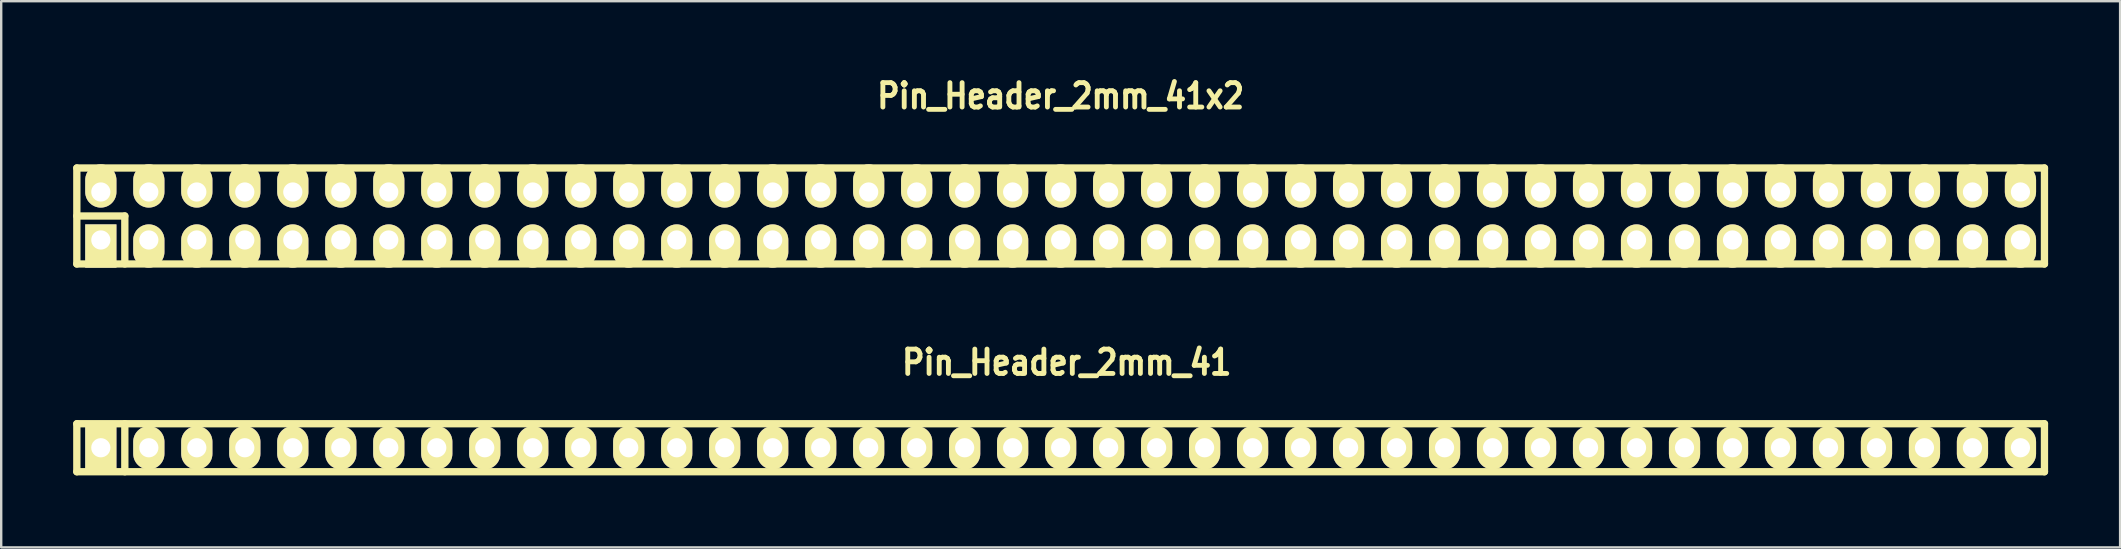
<source format=kicad_pcb>
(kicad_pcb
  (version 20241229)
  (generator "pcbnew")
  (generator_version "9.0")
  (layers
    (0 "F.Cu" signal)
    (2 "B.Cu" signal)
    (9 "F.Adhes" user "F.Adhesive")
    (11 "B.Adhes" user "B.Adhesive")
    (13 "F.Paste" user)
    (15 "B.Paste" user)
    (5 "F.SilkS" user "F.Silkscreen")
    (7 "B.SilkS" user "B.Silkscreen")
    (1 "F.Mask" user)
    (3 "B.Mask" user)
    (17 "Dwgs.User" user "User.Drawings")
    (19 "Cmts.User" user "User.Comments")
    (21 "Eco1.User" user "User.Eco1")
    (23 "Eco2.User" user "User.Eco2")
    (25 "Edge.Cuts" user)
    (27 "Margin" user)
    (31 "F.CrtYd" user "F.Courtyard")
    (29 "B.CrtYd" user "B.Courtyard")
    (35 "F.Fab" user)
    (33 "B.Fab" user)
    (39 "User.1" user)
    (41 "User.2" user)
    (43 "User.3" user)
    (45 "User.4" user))
  (footprint "Pin_Header_2mm_41"
    (layer "F.Cu")
    (at 41.152 15.61)
    (property "Reference" "Pin_Header_2mm_41" (at 0.254 -3.556 0) (layer "F.SilkS") (effects (font (size 1.016 0.889) (thickness 0.203))))
    (attr through_hole)
    (fp_line (start -41 -1) (end 41 -1) (stroke (width 0.305) (type solid)) (layer "F.SilkS"))
    (fp_line (start -41 1) (end -41 -1) (stroke (width 0.305) (type solid)) (layer "F.SilkS"))
    (fp_line (start -39 -1) (end -39 1) (stroke (width 0.305) (type solid)) (layer "F.SilkS"))
    (fp_line (start 41 -1) (end 41 1) (stroke (width 0.305) (type solid)) (layer "F.SilkS"))
    (fp_line (start 41 1) (end -41 1) (stroke (width 0.305) (type solid)) (layer "F.SilkS"))
    (pad "1" thru_hole rect (at -40 0) (size 1.3 1.8) (drill 0.8) (layers "*.Cu" "*.Mask" "F.SilkS"))
    (pad "2" thru_hole oval (at -38 0) (size 1.3 1.8) (drill 0.8) (layers "*.Cu" "*.Mask" "F.SilkS"))
    (pad "3" thru_hole oval (at -36 0) (size 1.3 1.8) (drill 0.8) (layers "*.Cu" "*.Mask" "F.SilkS"))
    (pad "4" thru_hole oval (at -34 0) (size 1.3 1.8) (drill 0.8) (layers "*.Cu" "*.Mask" "F.SilkS"))
    (pad "5" thru_hole oval (at -32 0) (size 1.3 1.8) (drill 0.8) (layers "*.Cu" "*.Mask" "F.SilkS"))
    (pad "6" thru_hole oval (at -30 0) (size 1.3 1.8) (drill 0.8) (layers "*.Cu" "*.Mask" "F.SilkS"))
    (pad "7" thru_hole oval (at -28 0) (size 1.3 1.8) (drill 0.8) (layers "*.Cu" "*.Mask" "F.SilkS"))
    (pad "8" thru_hole oval (at -26 0) (size 1.3 1.8) (drill 0.8) (layers "*.Cu" "*.Mask" "F.SilkS"))
    (pad "9" thru_hole oval (at -24 0) (size 1.3 1.8) (drill 0.8) (layers "*.Cu" "*.Mask" "F.SilkS"))
    (pad "10" thru_hole oval (at -22 0) (size 1.3 1.8) (drill 0.8) (layers "*.Cu" "*.Mask" "F.SilkS"))
    (pad "11" thru_hole oval (at -20 0) (size 1.3 1.8) (drill 0.8) (layers "*.Cu" "*.Mask" "F.SilkS"))
    (pad "12" thru_hole oval (at -18 0) (size 1.3 1.8) (drill 0.8) (layers "*.Cu" "*.Mask" "F.SilkS"))
    (pad "13" thru_hole oval (at -16 0) (size 1.3 1.8) (drill 0.8) (layers "*.Cu" "*.Mask" "F.SilkS"))
    (pad "14" thru_hole oval (at -14 0) (size 1.3 1.8) (drill 0.8) (layers "*.Cu" "*.Mask" "F.SilkS"))
    (pad "15" thru_hole oval (at -12 0) (size 1.3 1.8) (drill 0.8) (layers "*.Cu" "*.Mask" "F.SilkS"))
    (pad "16" thru_hole oval (at -10 0) (size 1.3 1.8) (drill 0.8) (layers "*.Cu" "*.Mask" "F.SilkS"))
    (pad "17" thru_hole oval (at -8 0) (size 1.3 1.8) (drill 0.8) (layers "*.Cu" "*.Mask" "F.SilkS"))
    (pad "18" thru_hole oval (at -6 0) (size 1.3 1.8) (drill 0.8) (layers "*.Cu" "*.Mask" "F.SilkS"))
    (pad "19" thru_hole oval (at -4 0) (size 1.3 1.8) (drill 0.8) (layers "*.Cu" "*.Mask" "F.SilkS"))
    (pad "20" thru_hole oval (at -2 0) (size 1.3 1.8) (drill 0.8) (layers "*.Cu" "*.Mask" "F.SilkS"))
    (pad "21" thru_hole oval (at 0 0) (size 1.3 1.8) (drill 0.8) (layers "*.Cu" "*.Mask" "F.SilkS"))
    (pad "22" thru_hole oval (at 2 0) (size 1.3 1.8) (drill 0.8) (layers "*.Cu" "*.Mask" "F.SilkS"))
    (pad "23" thru_hole oval (at 4 0) (size 1.3 1.8) (drill 0.8) (layers "*.Cu" "*.Mask" "F.SilkS"))
    (pad "24" thru_hole oval (at 6 0) (size 1.3 1.8) (drill 0.8) (layers "*.Cu" "*.Mask" "F.SilkS"))
    (pad "25" thru_hole oval (at 8 0) (size 1.3 1.8) (drill 0.8) (layers "*.Cu" "*.Mask" "F.SilkS"))
    (pad "26" thru_hole oval (at 10 0) (size 1.3 1.8) (drill 0.8) (layers "*.Cu" "*.Mask" "F.SilkS"))
    (pad "27" thru_hole oval (at 12 0) (size 1.3 1.8) (drill 0.8) (layers "*.Cu" "*.Mask" "F.SilkS"))
    (pad "28" thru_hole oval (at 14 0) (size 1.3 1.8) (drill 0.8) (layers "*.Cu" "*.Mask" "F.SilkS"))
    (pad "29" thru_hole oval (at 16 0) (size 1.3 1.8) (drill 0.8) (layers "*.Cu" "*.Mask" "F.SilkS"))
    (pad "30" thru_hole oval (at 18 0) (size 1.3 1.8) (drill 0.8) (layers "*.Cu" "*.Mask" "F.SilkS"))
    (pad "31" thru_hole oval (at 20 0) (size 1.3 1.8) (drill 0.8) (layers "*.Cu" "*.Mask" "F.SilkS"))
    (pad "32" thru_hole oval (at 22 0) (size 1.3 1.8) (drill 0.8) (layers "*.Cu" "*.Mask" "F.SilkS"))
    (pad "33" thru_hole oval (at 24 0) (size 1.3 1.8) (drill 0.8) (layers "*.Cu" "*.Mask" "F.SilkS"))
    (pad "34" thru_hole oval (at 26 0) (size 1.3 1.8) (drill 0.8) (layers "*.Cu" "*.Mask" "F.SilkS"))
    (pad "35" thru_hole oval (at 28 0) (size 1.3 1.8) (drill 0.8) (layers "*.Cu" "*.Mask" "F.SilkS"))
    (pad "36" thru_hole oval (at 30 0) (size 1.3 1.8) (drill 0.8) (layers "*.Cu" "*.Mask" "F.SilkS"))
    (pad "37" thru_hole oval (at 32 0) (size 1.3 1.8) (drill 0.8) (layers "*.Cu" "*.Mask" "F.SilkS"))
    (pad "38" thru_hole oval (at 34 0) (size 1.3 1.8) (drill 0.8) (layers "*.Cu" "*.Mask" "F.SilkS"))
    (pad "39" thru_hole oval (at 36 0) (size 1.3 1.8) (drill 0.8) (layers "*.Cu" "*.Mask" "F.SilkS"))
    (pad "40" thru_hole oval (at 38 0) (size 1.3 1.8) (drill 0.8) (layers "*.Cu" "*.Mask" "F.SilkS"))
    (pad "41" thru_hole oval (at 40 0) (size 1.3 1.8) (drill 0.8) (layers "*.Cu" "*.Mask" "F.SilkS")))
  (footprint "Pin_Header_2mm_41x2"
    (layer "F.Cu")
    (at 41.152 5.951)
    (property "Reference" "Pin_Header_2mm_41x2" (at 0 -5 0) (layer "F.SilkS") (effects (font (size 1.016 0.889) (thickness 0.203))))
    (attr through_hole)
    (fp_line (start -41 -2) (end 41 -2) (stroke (width 0.305) (type solid)) (layer "F.SilkS"))
    (fp_line (start -41 0) (end -39 0) (stroke (width 0.305) (type solid)) (layer "F.SilkS"))
    (fp_line (start -41 2) (end -41 -2) (stroke (width 0.305) (type solid)) (layer "F.SilkS"))
    (fp_line (start -39 0) (end -39 2) (stroke (width 0.305) (type solid)) (layer "F.SilkS"))
    (fp_line (start 41 -2) (end 41 2) (stroke (width 0.305) (type solid)) (layer "F.SilkS"))
    (fp_line (start 41 2) (end -41 2) (stroke (width 0.305) (type solid)) (layer "F.SilkS"))
    (pad "1" thru_hole rect (at -40 1) (size 1.3 1.8) (drill 0.8 (offset 0 0.25)) (layers "*.Cu" "*.Mask" "F.SilkS"))
    (pad "2" thru_hole oval (at -40 -1) (size 1.3 1.8) (drill 0.8 (offset 0 -0.25)) (layers "*.Cu" "*.Mask" "F.SilkS"))
    (pad "3" thru_hole oval (at -38 1) (size 1.3 1.8) (drill 0.8 (offset 0 0.25)) (layers "*.Cu" "*.Mask" "F.SilkS"))
    (pad "4" thru_hole oval (at -38 -1) (size 1.3 1.8) (drill 0.8 (offset 0 -0.25)) (layers "*.Cu" "*.Mask" "F.SilkS"))
    (pad "5" thru_hole oval (at -36 1) (size 1.3 1.8) (drill 0.8 (offset 0 0.25)) (layers "*.Cu" "*.Mask" "F.SilkS"))
    (pad "6" thru_hole oval (at -36 -1) (size 1.3 1.8) (drill 0.8 (offset 0 -0.25)) (layers "*.Cu" "*.Mask" "F.SilkS"))
    (pad "7" thru_hole oval (at -34 1) (size 1.3 1.8) (drill 0.8 (offset 0 0.25)) (layers "*.Cu" "*.Mask" "F.SilkS"))
    (pad "8" thru_hole oval (at -34 -1) (size 1.3 1.8) (drill 0.8 (offset 0 -0.25)) (layers "*.Cu" "*.Mask" "F.SilkS"))
    (pad "9" thru_hole oval (at -32 1) (size 1.3 1.8) (drill 0.8 (offset 0 0.25)) (layers "*.Cu" "*.Mask" "F.SilkS"))
    (pad "10" thru_hole oval (at -32 -1) (size 1.3 1.8) (drill 0.8 (offset 0 -0.25)) (layers "*.Cu" "*.Mask" "F.SilkS"))
    (pad "11" thru_hole oval (at -30 1) (size 1.3 1.8) (drill 0.8 (offset 0 0.25)) (layers "*.Cu" "*.Mask" "F.SilkS"))
    (pad "12" thru_hole oval (at -30 -1) (size 1.3 1.8) (drill 0.8 (offset 0 -0.25)) (layers "*.Cu" "*.Mask" "F.SilkS"))
    (pad "13" thru_hole oval (at -28 1) (size 1.3 1.8) (drill 0.8 (offset 0 0.25)) (layers "*.Cu" "*.Mask" "F.SilkS"))
    (pad "14" thru_hole oval (at -28 -1) (size 1.3 1.8) (drill 0.8 (offset 0 -0.25)) (layers "*.Cu" "*.Mask" "F.SilkS"))
    (pad "15" thru_hole oval (at -26 1) (size 1.3 1.8) (drill 0.8 (offset 0 0.25)) (layers "*.Cu" "*.Mask" "F.SilkS"))
    (pad "16" thru_hole oval (at -26 -1) (size 1.3 1.8) (drill 0.8 (offset 0 -0.25)) (layers "*.Cu" "*.Mask" "F.SilkS"))
    (pad "17" thru_hole oval (at -24 1) (size 1.3 1.8) (drill 0.8 (offset 0 0.25)) (layers "*.Cu" "*.Mask" "F.SilkS"))
    (pad "18" thru_hole oval (at -24 -1) (size 1.3 1.8) (drill 0.8 (offset 0 -0.25)) (layers "*.Cu" "*.Mask" "F.SilkS"))
    (pad "19" thru_hole oval (at -22 1) (size 1.3 1.8) (drill 0.8 (offset 0 0.25)) (layers "*.Cu" "*.Mask" "F.SilkS"))
    (pad "20" thru_hole oval (at -22 -1) (size 1.3 1.8) (drill 0.8 (offset 0 -0.25)) (layers "*.Cu" "*.Mask" "F.SilkS"))
    (pad "21" thru_hole oval (at -20 1) (size 1.3 1.8) (drill 0.8 (offset 0 0.25)) (layers "*.Cu" "*.Mask" "F.SilkS"))
    (pad "22" thru_hole oval (at -20 -1) (size 1.3 1.8) (drill 0.8 (offset 0 -0.25)) (layers "*.Cu" "*.Mask" "F.SilkS"))
    (pad "23" thru_hole oval (at -18 1) (size 1.3 1.8) (drill 0.8 (offset 0 0.25)) (layers "*.Cu" "*.Mask" "F.SilkS"))
    (pad "24" thru_hole oval (at -18 -1) (size 1.3 1.8) (drill 0.8 (offset 0 -0.25)) (layers "*.Cu" "*.Mask" "F.SilkS"))
    (pad "25" thru_hole oval (at -16 1) (size 1.3 1.8) (drill 0.8 (offset 0 0.25)) (layers "*.Cu" "*.Mask" "F.SilkS"))
    (pad "26" thru_hole oval (at -16 -1) (size 1.3 1.8) (drill 0.8 (offset 0 -0.25)) (layers "*.Cu" "*.Mask" "F.SilkS"))
    (pad "27" thru_hole oval (at -14 1) (size 1.3 1.8) (drill 0.8 (offset 0 0.25)) (layers "*.Cu" "*.Mask" "F.SilkS"))
    (pad "28" thru_hole oval (at -14 -1) (size 1.3 1.8) (drill 0.8 (offset 0 -0.25)) (layers "*.Cu" "*.Mask" "F.SilkS"))
    (pad "29" thru_hole oval (at -12 1) (size 1.3 1.8) (drill 0.8 (offset 0 0.25)) (layers "*.Cu" "*.Mask" "F.SilkS"))
    (pad "30" thru_hole oval (at -12 -1) (size 1.3 1.8) (drill 0.8 (offset 0 -0.25)) (layers "*.Cu" "*.Mask" "F.SilkS"))
    (pad "31" thru_hole oval (at -10 1) (size 1.3 1.8) (drill 0.8 (offset 0 0.25)) (layers "*.Cu" "*.Mask" "F.SilkS"))
    (pad "32" thru_hole oval (at -10 -1) (size 1.3 1.8) (drill 0.8 (offset 0 -0.25)) (layers "*.Cu" "*.Mask" "F.SilkS"))
    (pad "33" thru_hole oval (at -8 1) (size 1.3 1.8) (drill 0.8 (offset 0 0.25)) (layers "*.Cu" "*.Mask" "F.SilkS"))
    (pad "34" thru_hole oval (at -8 -1) (size 1.3 1.8) (drill 0.8 (offset 0 -0.25)) (layers "*.Cu" "*.Mask" "F.SilkS"))
    (pad "35" thru_hole oval (at -6 1) (size 1.3 1.8) (drill 0.8 (offset 0 0.25)) (layers "*.Cu" "*.Mask" "F.SilkS"))
    (pad "36" thru_hole oval (at -6 -1) (size 1.3 1.8) (drill 0.8 (offset 0 -0.25)) (layers "*.Cu" "*.Mask" "F.SilkS"))
    (pad "37" thru_hole oval (at -4 1) (size 1.3 1.8) (drill 0.8 (offset 0 0.25)) (layers "*.Cu" "*.Mask" "F.SilkS"))
    (pad "38" thru_hole oval (at -4 -1) (size 1.3 1.8) (drill 0.8 (offset 0 -0.25)) (layers "*.Cu" "*.Mask" "F.SilkS"))
    (pad "39" thru_hole oval (at -2 1) (size 1.3 1.8) (drill 0.8 (offset 0 0.25)) (layers "*.Cu" "*.Mask" "F.SilkS"))
    (pad "40" thru_hole oval (at -2 -1) (size 1.3 1.8) (drill 0.8 (offset 0 -0.25)) (layers "*.Cu" "*.Mask" "F.SilkS"))
    (pad "41" thru_hole oval (at 0 1) (size 1.3 1.8) (drill 0.8 (offset 0 0.25)) (layers "*.Cu" "*.Mask" "F.SilkS"))
    (pad "42" thru_hole oval (at 0 -1) (size 1.3 1.8) (drill 0.8 (offset 0 -0.25)) (layers "*.Cu" "*.Mask" "F.SilkS"))
    (pad "43" thru_hole oval (at 2 1) (size 1.3 1.8) (drill 0.8 (offset 0 0.25)) (layers "*.Cu" "*.Mask" "F.SilkS"))
    (pad "44" thru_hole oval (at 2 -1) (size 1.3 1.8) (drill 0.8 (offset 0 -0.25)) (layers "*.Cu" "*.Mask" "F.SilkS"))
    (pad "45" thru_hole oval (at 4 1) (size 1.3 1.8) (drill 0.8 (offset 0 0.25)) (layers "*.Cu" "*.Mask" "F.SilkS"))
    (pad "46" thru_hole oval (at 4 -1) (size 1.3 1.8) (drill 0.8 (offset 0 -0.25)) (layers "*.Cu" "*.Mask" "F.SilkS"))
    (pad "47" thru_hole oval (at 6 1) (size 1.3 1.8) (drill 0.8 (offset 0 0.25)) (layers "*.Cu" "*.Mask" "F.SilkS"))
    (pad "48" thru_hole oval (at 6 -1) (size 1.3 1.8) (drill 0.8 (offset 0 -0.25)) (layers "*.Cu" "*.Mask" "F.SilkS"))
    (pad "49" thru_hole oval (at 8 1) (size 1.3 1.8) (drill 0.8 (offset 0 0.25)) (layers "*.Cu" "*.Mask" "F.SilkS"))
    (pad "50" thru_hole oval (at 8 -1) (size 1.3 1.8) (drill 0.8 (offset 0 -0.25)) (layers "*.Cu" "*.Mask" "F.SilkS"))
    (pad "51" thru_hole oval (at 10 1) (size 1.3 1.8) (drill 0.8 (offset 0 0.25)) (layers "*.Cu" "*.Mask" "F.SilkS"))
    (pad "52" thru_hole oval (at 10 -1) (size 1.3 1.8) (drill 0.8 (offset 0 -0.25)) (layers "*.Cu" "*.Mask" "F.SilkS"))
    (pad "53" thru_hole oval (at 12 1) (size 1.3 1.8) (drill 0.8 (offset 0 0.25)) (layers "*.Cu" "*.Mask" "F.SilkS"))
    (pad "54" thru_hole oval (at 12 -1) (size 1.3 1.8) (drill 0.8 (offset 0 -0.25)) (layers "*.Cu" "*.Mask" "F.SilkS"))
    (pad "55" thru_hole oval (at 14 1) (size 1.3 1.8) (drill 0.8 (offset 0 0.25)) (layers "*.Cu" "*.Mask" "F.SilkS"))
    (pad "56" thru_hole oval (at 14 -1) (size 1.3 1.8) (drill 0.8 (offset 0 -0.25)) (layers "*.Cu" "*.Mask" "F.SilkS"))
    (pad "57" thru_hole oval (at 16 1) (size 1.3 1.8) (drill 0.8 (offset 0 0.25)) (layers "*.Cu" "*.Mask" "F.SilkS"))
    (pad "58" thru_hole oval (at 16 -1) (size 1.3 1.8) (drill 0.8 (offset 0 -0.25)) (layers "*.Cu" "*.Mask" "F.SilkS"))
    (pad "59" thru_hole oval (at 18 1) (size 1.3 1.8) (drill 0.8 (offset 0 0.25)) (layers "*.Cu" "*.Mask" "F.SilkS"))
    (pad "60" thru_hole oval (at 18 -1) (size 1.3 1.8) (drill 0.8 (offset 0 -0.25)) (layers "*.Cu" "*.Mask" "F.SilkS"))
    (pad "61" thru_hole oval (at 20 1) (size 1.3 1.8) (drill 0.8 (offset 0 0.25)) (layers "*.Cu" "*.Mask" "F.SilkS"))
    (pad "62" thru_hole oval (at 20 -1) (size 1.3 1.8) (drill 0.8 (offset 0 -0.25)) (layers "*.Cu" "*.Mask" "F.SilkS"))
    (pad "63" thru_hole oval (at 22 1) (size 1.3 1.8) (drill 0.8 (offset 0 0.25)) (layers "*.Cu" "*.Mask" "F.SilkS"))
    (pad "64" thru_hole oval (at 22 -1) (size 1.3 1.8) (drill 0.8 (offset 0 -0.25)) (layers "*.Cu" "*.Mask" "F.SilkS"))
    (pad "65" thru_hole oval (at 24 1) (size 1.3 1.8) (drill 0.8 (offset 0 0.25)) (layers "*.Cu" "*.Mask" "F.SilkS"))
    (pad "66" thru_hole oval (at 24 -1) (size 1.3 1.8) (drill 0.8 (offset 0 -0.25)) (layers "*.Cu" "*.Mask" "F.SilkS"))
    (pad "67" thru_hole oval (at 26 1) (size 1.3 1.8) (drill 0.8 (offset 0 0.25)) (layers "*.Cu" "*.Mask" "F.SilkS"))
    (pad "68" thru_hole oval (at 26 -1) (size 1.3 1.8) (drill 0.8 (offset 0 -0.25)) (layers "*.Cu" "*.Mask" "F.SilkS"))
    (pad "69" thru_hole oval (at 28 1) (size 1.3 1.8) (drill 0.8 (offset 0 0.25)) (layers "*.Cu" "*.Mask" "F.SilkS"))
    (pad "70" thru_hole oval (at 28 -1) (size 1.3 1.8) (drill 0.8 (offset 0 -0.25)) (layers "*.Cu" "*.Mask" "F.SilkS"))
    (pad "71" thru_hole oval (at 30 1) (size 1.3 1.8) (drill 0.8 (offset 0 0.25)) (layers "*.Cu" "*.Mask" "F.SilkS"))
    (pad "72" thru_hole oval (at 30 -1) (size 1.3 1.8) (drill 0.8 (offset 0 -0.25)) (layers "*.Cu" "*.Mask" "F.SilkS"))
    (pad "73" thru_hole oval (at 32 1) (size 1.3 1.8) (drill 0.8 (offset 0 0.25)) (layers "*.Cu" "*.Mask" "F.SilkS"))
    (pad "74" thru_hole oval (at 32 -1) (size 1.3 1.8) (drill 0.8 (offset 0 -0.25)) (layers "*.Cu" "*.Mask" "F.SilkS"))
    (pad "75" thru_hole oval (at 34 1) (size 1.3 1.8) (drill 0.8 (offset 0 0.25)) (layers "*.Cu" "*.Mask" "F.SilkS"))
    (pad "76" thru_hole oval (at 34 -1) (size 1.3 1.8) (drill 0.8 (offset 0 -0.25)) (layers "*.Cu" "*.Mask" "F.SilkS"))
    (pad "77" thru_hole oval (at 36 1) (size 1.3 1.8) (drill 0.8 (offset 0 0.25)) (layers "*.Cu" "*.Mask" "F.SilkS"))
    (pad "78" thru_hole oval (at 36 -1) (size 1.3 1.8) (drill 0.8 (offset 0 -0.25)) (layers "*.Cu" "*.Mask" "F.SilkS"))
    (pad "79" thru_hole oval (at 38 1) (size 1.3 1.8) (drill 0.8 (offset 0 0.25)) (layers "*.Cu" "*.Mask" "F.SilkS"))
    (pad "80" thru_hole oval (at 38 -1) (size 1.3 1.8) (drill 0.8 (offset 0 -0.25)) (layers "*.Cu" "*.Mask" "F.SilkS"))
    (pad "81" thru_hole oval (at 40 1) (size 1.3 1.8) (drill 0.8 (offset 0 0.25)) (layers "*.Cu" "*.Mask" "F.SilkS"))
    (pad "82" thru_hole oval (at 40 -1) (size 1.3 1.8) (drill 0.8 (offset 0 -0.25)) (layers "*.Cu" "*.Mask" "F.SilkS")))
  (gr_rect
    (start -3 -3)
    (end 85.305 19.763)
    (stroke (width 0.1) (type default))
    (fill no)
    (layer "Edge.Cuts")))
</source>
